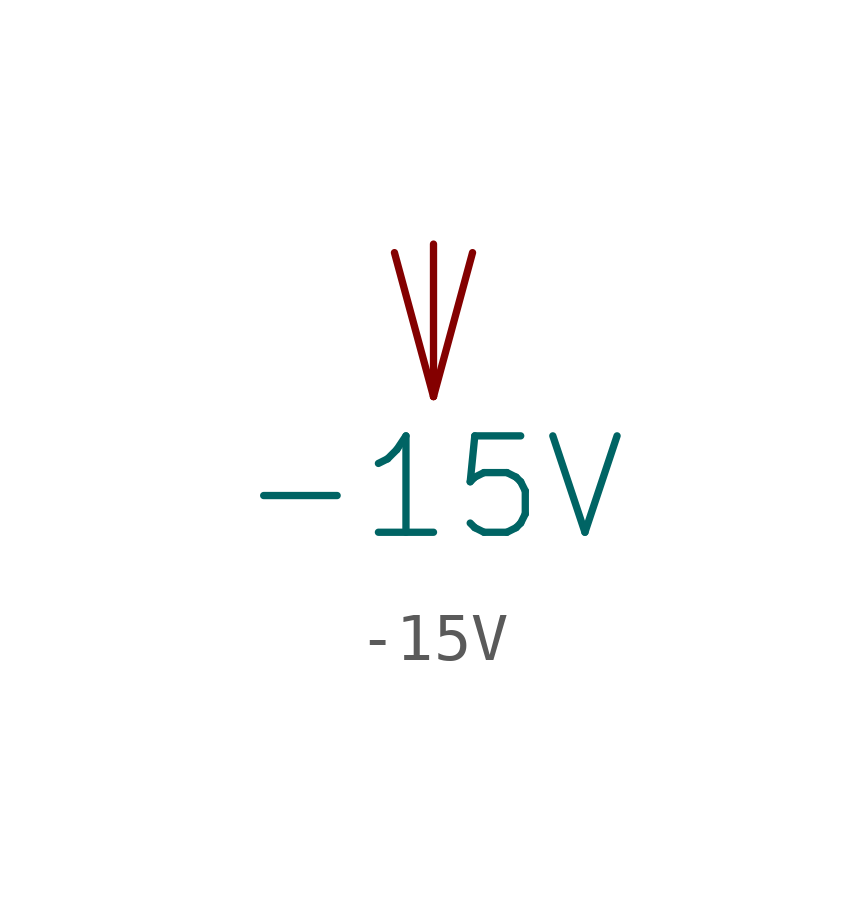
<source format=kicad_sym>
(kicad_symbol_lib
  (version 20231120)
  (generator "kicad_symbol_editor")
  (generator_version "8.0")
  (symbol "-15V"
    (power)
    (pin_numbers hide)
    (pin_names
      (offset 0) hide)
    (property "Reference" "#PWR"
      (at 0 2.54 0)
      (effects (font (size 2.007 2.007)) (hide yes)))
    (property "Value" "-15V"
      (at 0 -5.08 0)
      (effects (font (size 2.007 2.007))))
    (property "Footprint" ""
      (at 0 -3.175 90)
      (effects (font (size 2.489 2.489))))
    (symbol "-15V_0_1"
      (polyline (pts (xy -0.813 -0.178) (xy 0 -3.175)) (stroke (width 0) (type solid)) (fill (type none)))
      (polyline (pts (xy 0 -3.175) (xy 0 0)) (stroke (width 0) (type solid)) (fill (type none)))
      (polyline (pts (xy 0 -3.175) (xy 0.813 -0.178)) (stroke (width 0) (type solid)) (fill (type none))))
    (symbol "-15V_1_1"
      (pin power_in line (at 0 0 270) (length 0) hide (name "-15V" (effects (font (size 1.803 1.803)))) (number "1" (effects (font (size 1.803 1.803))))))))
</source>
